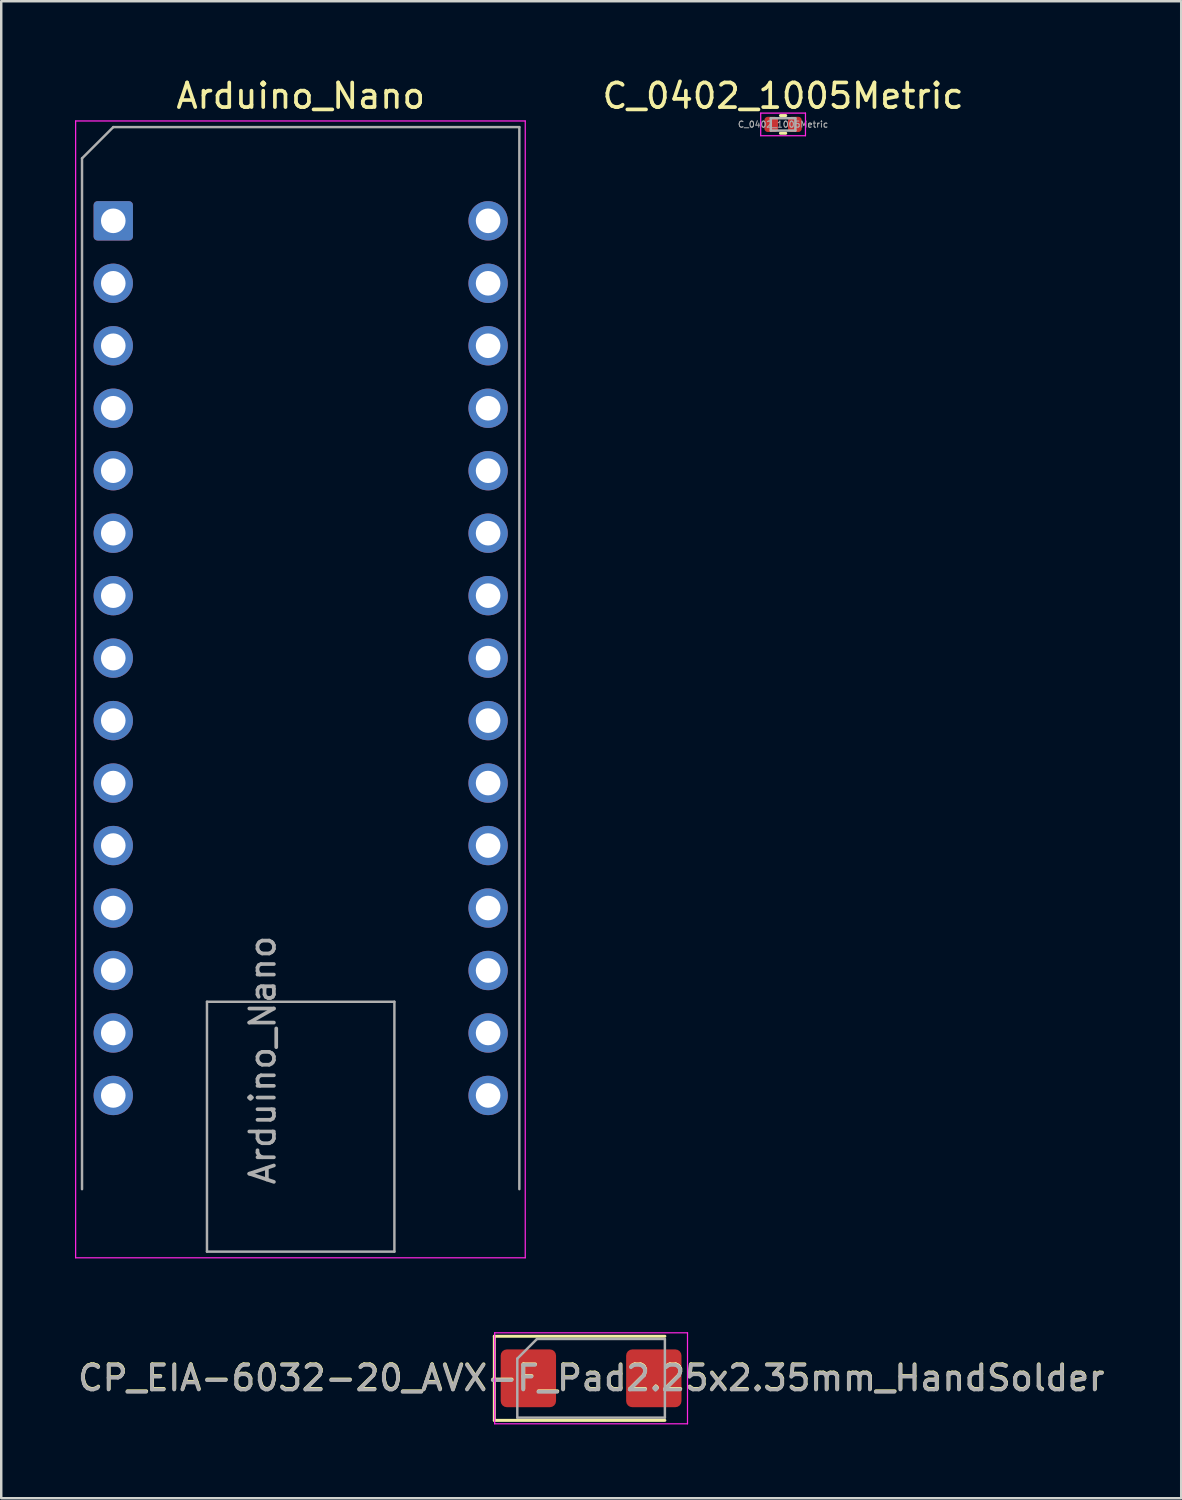
<source format=kicad_pcb>
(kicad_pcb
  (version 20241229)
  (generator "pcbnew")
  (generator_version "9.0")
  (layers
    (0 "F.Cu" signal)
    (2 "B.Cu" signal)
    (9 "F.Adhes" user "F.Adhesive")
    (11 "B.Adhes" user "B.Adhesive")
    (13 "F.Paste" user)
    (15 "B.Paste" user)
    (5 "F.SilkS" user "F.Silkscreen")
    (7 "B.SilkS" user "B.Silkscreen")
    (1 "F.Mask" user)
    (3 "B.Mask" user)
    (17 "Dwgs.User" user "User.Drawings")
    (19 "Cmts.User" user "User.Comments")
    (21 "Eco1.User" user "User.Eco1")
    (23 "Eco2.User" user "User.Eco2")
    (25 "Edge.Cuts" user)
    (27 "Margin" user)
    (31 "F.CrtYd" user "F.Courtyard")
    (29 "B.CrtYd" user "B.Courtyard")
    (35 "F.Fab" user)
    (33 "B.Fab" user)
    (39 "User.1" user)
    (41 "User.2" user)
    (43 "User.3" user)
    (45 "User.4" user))
  (footprint "Arduino_Nano"
    (layer "F.Cu")
    (at 1.555 5.928)
    (property "Reference" "Arduino_Nano" (at 7.62 -5.08 180) (layer "F.SilkS") (effects (font (size 1 1) (thickness 0.15))))
    (attr through_hole)
    (fp_line (start -1.53 -4.06) (end -1.53 42.16) (stroke (width 0.05) (type solid)) (layer "F.CrtYd"))
    (fp_line (start -1.53 -4.06) (end 16.75 -4.06) (stroke (width 0.05) (type solid)) (layer "F.CrtYd"))
    (fp_line (start 16.75 42.16) (end -1.53 42.16) (stroke (width 0.05) (type solid)) (layer "F.CrtYd"))
    (fp_line (start 16.75 42.16) (end 16.75 -4.06) (stroke (width 0.05) (type solid)) (layer "F.CrtYd"))
    (fp_line (start -1.27 -2.54) (end 0 -3.81) (stroke (width 0.1) (type solid)) (layer "F.Fab"))
    (fp_line (start -1.27 39.37) (end -1.27 -2.54) (stroke (width 0.1) (type solid)) (layer "F.Fab"))
    (fp_line (start 0 -3.81) (end 16.51 -3.81) (stroke (width 0.1) (type solid)) (layer "F.Fab"))
    (fp_line (start 3.81 31.75) (end 11.43 31.75) (stroke (width 0.1) (type solid)) (layer "F.Fab"))
    (fp_line (start 3.81 41.91) (end 3.81 31.75) (stroke (width 0.1) (type solid)) (layer "F.Fab"))
    (fp_line (start 11.43 31.75) (end 11.43 41.91) (stroke (width 0.1) (type solid)) (layer "F.Fab"))
    (fp_line (start 11.43 41.91) (end 3.81 41.91) (stroke (width 0.1) (type solid)) (layer "F.Fab"))
    (fp_line (start 16.51 -3.81) (end 16.51 39.37) (stroke (width 0.1) (type solid)) (layer "F.Fab"))
    (fp_text user "${REFERENCE}" (at 6.076 34.121 90) (layer "F.Fab") (effects (font (size 1 1) (thickness 0.15))))
    (pad "1" thru_hole roundrect (at 0 0) (size 1.6 1.6) (drill 1) (layers "*.Cu" "*.Mask") (roundrect_rratio 0.1))
    (pad "2" thru_hole oval (at 0 2.54) (size 1.6 1.6) (drill 1) (layers "*.Cu" "*.Mask"))
    (pad "3" thru_hole oval (at 0 5.08) (size 1.6 1.6) (drill 1) (layers "*.Cu" "*.Mask"))
    (pad "4" thru_hole oval (at 0 7.62) (size 1.6 1.6) (drill 1) (layers "*.Cu" "*.Mask"))
    (pad "5" thru_hole oval (at 0 10.16) (size 1.6 1.6) (drill 1) (layers "*.Cu" "*.Mask"))
    (pad "6" thru_hole oval (at 0 12.7) (size 1.6 1.6) (drill 1) (layers "*.Cu" "*.Mask"))
    (pad "7" thru_hole oval (at 0 15.24) (size 1.6 1.6) (drill 1) (layers "*.Cu" "*.Mask"))
    (pad "8" thru_hole oval (at 0 17.78) (size 1.6 1.6) (drill 1) (layers "*.Cu" "*.Mask"))
    (pad "9" thru_hole oval (at 0 20.32) (size 1.6 1.6) (drill 1) (layers "*.Cu" "*.Mask"))
    (pad "10" thru_hole oval (at 0 22.86) (size 1.6 1.6) (drill 1) (layers "*.Cu" "*.Mask"))
    (pad "11" thru_hole oval (at 0 25.4) (size 1.6 1.6) (drill 1) (layers "*.Cu" "*.Mask"))
    (pad "12" thru_hole oval (at 0 27.94) (size 1.6 1.6) (drill 1) (layers "*.Cu" "*.Mask"))
    (pad "13" thru_hole oval (at 0 30.48) (size 1.6 1.6) (drill 1) (layers "*.Cu" "*.Mask"))
    (pad "14" thru_hole oval (at 0 33.02) (size 1.6 1.6) (drill 1) (layers "*.Cu" "*.Mask"))
    (pad "15" thru_hole oval (at 0 35.56) (size 1.6 1.6) (drill 1) (layers "*.Cu" "*.Mask"))
    (pad "16" thru_hole oval (at 15.24 35.56) (size 1.6 1.6) (drill 1) (layers "*.Cu" "*.Mask"))
    (pad "17" thru_hole oval (at 15.24 33.02) (size 1.6 1.6) (drill 1) (layers "*.Cu" "*.Mask"))
    (pad "18" thru_hole oval (at 15.24 30.48) (size 1.6 1.6) (drill 1) (layers "*.Cu" "*.Mask"))
    (pad "19" thru_hole oval (at 15.24 27.94) (size 1.6 1.6) (drill 1) (layers "*.Cu" "*.Mask"))
    (pad "20" thru_hole oval (at 15.24 25.4) (size 1.6 1.6) (drill 1) (layers "*.Cu" "*.Mask"))
    (pad "21" thru_hole oval (at 15.24 22.86) (size 1.6 1.6) (drill 1) (layers "*.Cu" "*.Mask"))
    (pad "22" thru_hole oval (at 15.24 20.32) (size 1.6 1.6) (drill 1) (layers "*.Cu" "*.Mask"))
    (pad "23" thru_hole oval (at 15.24 17.78) (size 1.6 1.6) (drill 1) (layers "*.Cu" "*.Mask"))
    (pad "24" thru_hole oval (at 15.24 15.24) (size 1.6 1.6) (drill 1) (layers "*.Cu" "*.Mask"))
    (pad "25" thru_hole oval (at 15.24 12.7) (size 1.6 1.6) (drill 1) (layers "*.Cu" "*.Mask"))
    (pad "26" thru_hole oval (at 15.24 10.16) (size 1.6 1.6) (drill 1) (layers "*.Cu" "*.Mask"))
    (pad "27" thru_hole oval (at 15.24 7.62) (size 1.6 1.6) (drill 1) (layers "*.Cu" "*.Mask"))
    (pad "28" thru_hole oval (at 15.24 5.08) (size 1.6 1.6) (drill 1) (layers "*.Cu" "*.Mask"))
    (pad "29" thru_hole oval (at 15.24 2.54) (size 1.6 1.6) (drill 1) (layers "*.Cu" "*.Mask"))
    (pad "30" thru_hole oval (at 15.24 0) (size 1.6 1.6) (drill 1) (layers "*.Cu" "*.Mask")))
  (footprint "C_0402_1005Metric"
    (layer "F.Cu")
    (at 28.788 2.008)
    (property "Reference" "C_0402_1005Metric" (at 0 -1.16 0) (layer "F.SilkS") (effects (font (size 1 1) (thickness 0.15))))
    (attr smd)
    (fp_line (start -0.108 -0.36) (end 0.108 -0.36) (stroke (width 0.12) (type solid)) (layer "F.SilkS"))
    (fp_line (start -0.108 0.36) (end 0.108 0.36) (stroke (width 0.12) (type solid)) (layer "F.SilkS"))
    (fp_line (start -0.91 -0.46) (end 0.91 -0.46) (stroke (width 0.05) (type solid)) (layer "F.CrtYd"))
    (fp_line (start -0.91 0.46) (end -0.91 -0.46) (stroke (width 0.05) (type solid)) (layer "F.CrtYd"))
    (fp_line (start 0.91 -0.46) (end 0.91 0.46) (stroke (width 0.05) (type solid)) (layer "F.CrtYd"))
    (fp_line (start 0.91 0.46) (end -0.91 0.46) (stroke (width 0.05) (type solid)) (layer "F.CrtYd"))
    (fp_line (start -0.5 -0.25) (end 0.5 -0.25) (stroke (width 0.1) (type solid)) (layer "F.Fab"))
    (fp_line (start -0.5 0.25) (end -0.5 -0.25) (stroke (width 0.1) (type solid)) (layer "F.Fab"))
    (fp_line (start 0.5 -0.25) (end 0.5 0.25) (stroke (width 0.1) (type solid)) (layer "F.Fab"))
    (fp_line (start 0.5 0.25) (end -0.5 0.25) (stroke (width 0.1) (type solid)) (layer "F.Fab"))
    (fp_text user "${REFERENCE}" (at 0 0 0) (layer "F.Fab") (effects (font (size 0.25 0.25) (thickness 0.04))))
    (pad "1" smd roundrect (at -0.48 0 180) (size 0.56 0.62) (layers "F.Cu" "F.Mask" "F.Paste") (roundrect_rratio 0.25))
    (pad "2" smd roundrect (at 0.48 0 180) (size 0.56 0.62) (layers "F.Cu" "F.Mask" "F.Paste") (roundrect_rratio 0.25)))
  (footprint "CP_EIA-6032-20_AVX-F_Pad2.25x2.35mm_HandSolder"
    (layer "F.Cu")
    (at 20.982 52.988)
    (property "Reference" "CP_EIA-6032-20_AVX-F_Pad2.25x2.35mm_HandSolder" (at 0.011 -0.027 180) (layer "F.SilkS") (effects (font (size 1 1) (thickness 0.15))))
    (attr smd)
    (fp_line (start -3.935 -1.71) (end -3.935 1.71) (stroke (width 0.12) (type solid)) (layer "F.SilkS"))
    (fp_line (start -3.935 1.71) (end 3 1.71) (stroke (width 0.12) (type solid)) (layer "F.SilkS"))
    (fp_line (start 3 -1.71) (end -3.935 -1.71) (stroke (width 0.12) (type solid)) (layer "F.SilkS"))
    (fp_line (start -3.92 -1.85) (end 3.92 -1.85) (stroke (width 0.05) (type solid)) (layer "F.CrtYd"))
    (fp_line (start -3.92 1.85) (end -3.92 -1.85) (stroke (width 0.05) (type solid)) (layer "F.CrtYd"))
    (fp_line (start 3.92 -1.85) (end 3.92 1.85) (stroke (width 0.05) (type solid)) (layer "F.CrtYd"))
    (fp_line (start 3.92 1.85) (end -3.92 1.85) (stroke (width 0.05) (type solid)) (layer "F.CrtYd"))
    (fp_line (start -3 -0.8) (end -3 1.6) (stroke (width 0.1) (type solid)) (layer "F.Fab"))
    (fp_line (start -3 1.6) (end 3 1.6) (stroke (width 0.1) (type solid)) (layer "F.Fab"))
    (fp_line (start -2.2 -1.6) (end -3 -0.8) (stroke (width 0.1) (type solid)) (layer "F.Fab"))
    (fp_line (start 3 -1.6) (end -2.2 -1.6) (stroke (width 0.1) (type solid)) (layer "F.Fab"))
    (fp_line (start 3 1.6) (end 3 -1.6) (stroke (width 0.1) (type solid)) (layer "F.Fab"))
    (fp_text user "${REFERENCE}" (at 0 0 180) (layer "F.Fab") (effects (font (size 1 1) (thickness 0.15))))
    (pad "1" smd roundrect (at -2.55 0) (size 2.25 2.35) (layers "F.Cu" "F.Mask" "F.Paste") (roundrect_rratio 0.111))
    (pad "2" smd roundrect (at 2.55 0) (size 2.25 2.35) (layers "F.Cu" "F.Mask" "F.Paste") (roundrect_rratio 0.111)))
  (gr_rect
    (start -3 -3)
    (end 44.975 57.863)
    (stroke (width 0.1) (type default))
    (fill no)
    (layer "Edge.Cuts")))
</source>
